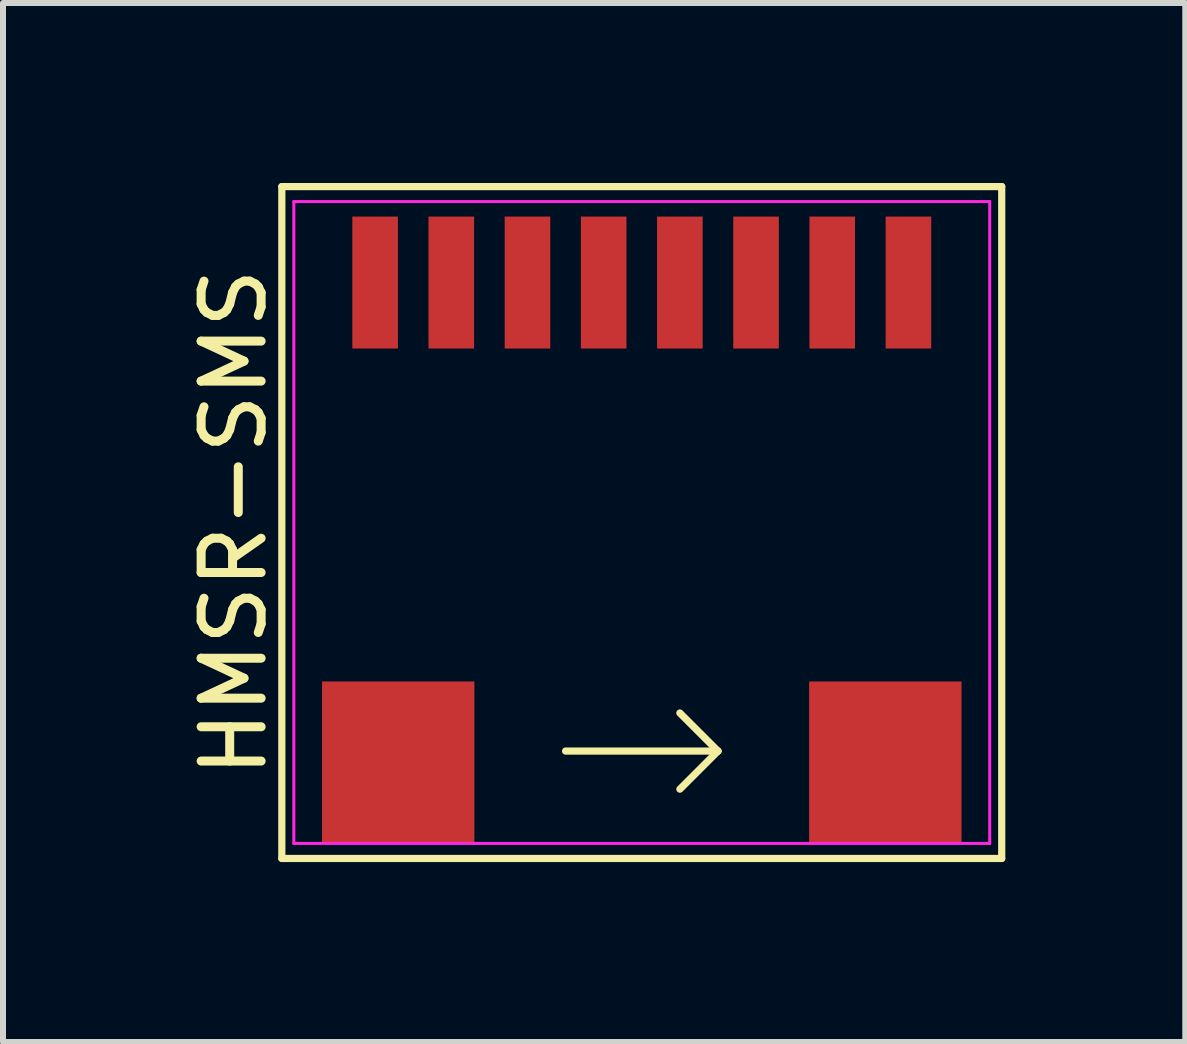
<source format=kicad_pcb>
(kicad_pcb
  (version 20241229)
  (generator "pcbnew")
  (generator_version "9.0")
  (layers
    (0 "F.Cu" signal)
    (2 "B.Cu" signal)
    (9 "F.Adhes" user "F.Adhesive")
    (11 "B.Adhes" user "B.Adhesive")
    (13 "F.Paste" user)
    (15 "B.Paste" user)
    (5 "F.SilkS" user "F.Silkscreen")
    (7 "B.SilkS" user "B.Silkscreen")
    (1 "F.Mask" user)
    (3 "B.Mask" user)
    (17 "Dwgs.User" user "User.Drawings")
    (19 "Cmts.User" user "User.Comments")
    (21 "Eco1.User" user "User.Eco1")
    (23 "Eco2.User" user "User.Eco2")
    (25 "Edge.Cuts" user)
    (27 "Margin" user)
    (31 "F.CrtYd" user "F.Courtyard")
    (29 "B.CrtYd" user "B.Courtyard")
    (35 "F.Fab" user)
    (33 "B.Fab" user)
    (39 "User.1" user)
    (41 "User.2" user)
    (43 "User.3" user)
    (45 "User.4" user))
  (footprint "HMSR-SMS"
    (layer "F.Cu")
    (at 7.648 5.66)
    (property "Reference" "HMSR-SMS" (at -6.8 0 90) (layer "F.SilkS") (effects (font (size 1 1) (thickness 0.15))))
    (attr through_hole)
    (fp_line (start -6 -5.6) (end 6 -5.6) (stroke (width 0.12) (type solid)) (layer "F.SilkS"))
    (fp_line (start -6 5.6) (end -6 -5.6) (stroke (width 0.12) (type solid)) (layer "F.SilkS"))
    (fp_line (start -1.27 3.81) (end 1.27 3.81) (stroke (width 0.12) (type solid)) (layer "F.SilkS"))
    (fp_line (start 0.635 4.445) (end 1.27 3.81) (stroke (width 0.12) (type solid)) (layer "F.SilkS"))
    (fp_line (start 1.27 3.81) (end 0.635 3.175) (stroke (width 0.12) (type solid)) (layer "F.SilkS"))
    (fp_line (start 6 -5.6) (end 6 5.6) (stroke (width 0.12) (type solid)) (layer "F.SilkS"))
    (fp_line (start 6 5.6) (end -6 5.6) (stroke (width 0.12) (type solid)) (layer "F.SilkS"))
    (fp_line (start -5.8 -5.35) (end 5.8 -5.35) (stroke (width 0.05) (type solid)) (layer "F.CrtYd"))
    (fp_line (start -5.8 5.35) (end -5.8 -5.35) (stroke (width 0.05) (type solid)) (layer "F.CrtYd"))
    (fp_line (start 5.8 -5.35) (end 5.8 5.35) (stroke (width 0.05) (type solid)) (layer "F.CrtYd"))
    (fp_line (start 5.8 5.35) (end -5.8 5.35) (stroke (width 0.05) (type solid)) (layer "F.CrtYd"))
    (pad "1" smd rect (at -4.06 4) (size 2.54 2.7) (layers "F.Cu" "F.Mask" "F.Paste"))
    (pad "8" smd rect (at 4.06 4) (size 2.54 2.7) (layers "F.Cu" "F.Mask" "F.Paste"))
    (pad "9" smd rect (at 4.445 -4) (size 0.76 2.2) (layers "F.Cu" "F.Mask" "F.Paste"))
    (pad "10" smd rect (at 3.175 -4) (size 0.76 2.2) (layers "F.Cu" "F.Mask" "F.Paste"))
    (pad "11" smd rect (at 1.905 -4) (size 0.76 2.2) (layers "F.Cu" "F.Mask" "F.Paste"))
    (pad "12" smd rect (at 0.635 -4) (size 0.76 2.2) (layers "F.Cu" "F.Mask" "F.Paste"))
    (pad "13" smd rect (at -0.635 -4) (size 0.76 2.2) (layers "F.Cu" "F.Mask" "F.Paste"))
    (pad "14" smd rect (at -1.905 -4) (size 0.76 2.2) (layers "F.Cu" "F.Mask" "F.Paste"))
    (pad "15" smd rect (at -3.175 -4) (size 0.76 2.2) (layers "F.Cu" "F.Mask" "F.Paste"))
    (pad "16" smd rect (at -4.445 -4) (size 0.76 2.2) (layers "F.Cu" "F.Mask" "F.Paste")))
  (gr_rect
    (start -3 -3)
    (end 16.708 14.32)
    (stroke (width 0.1) (type default))
    (fill no)
    (layer "Edge.Cuts")))
</source>
